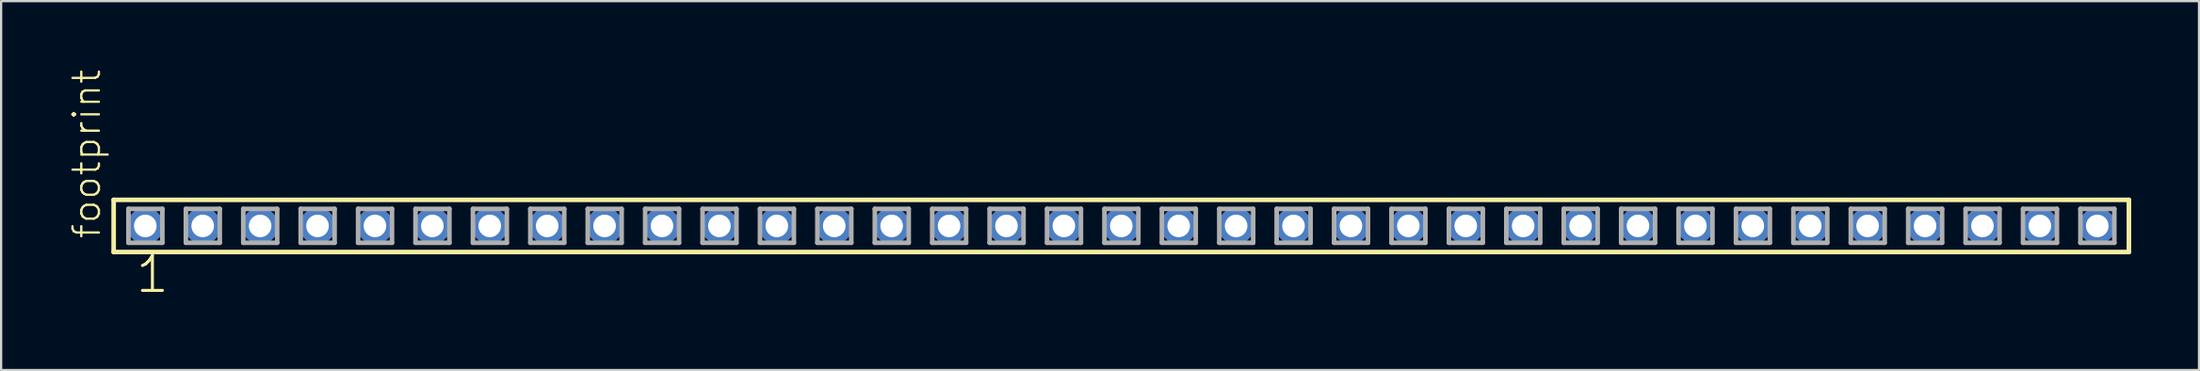
<source format=kicad_pcb>
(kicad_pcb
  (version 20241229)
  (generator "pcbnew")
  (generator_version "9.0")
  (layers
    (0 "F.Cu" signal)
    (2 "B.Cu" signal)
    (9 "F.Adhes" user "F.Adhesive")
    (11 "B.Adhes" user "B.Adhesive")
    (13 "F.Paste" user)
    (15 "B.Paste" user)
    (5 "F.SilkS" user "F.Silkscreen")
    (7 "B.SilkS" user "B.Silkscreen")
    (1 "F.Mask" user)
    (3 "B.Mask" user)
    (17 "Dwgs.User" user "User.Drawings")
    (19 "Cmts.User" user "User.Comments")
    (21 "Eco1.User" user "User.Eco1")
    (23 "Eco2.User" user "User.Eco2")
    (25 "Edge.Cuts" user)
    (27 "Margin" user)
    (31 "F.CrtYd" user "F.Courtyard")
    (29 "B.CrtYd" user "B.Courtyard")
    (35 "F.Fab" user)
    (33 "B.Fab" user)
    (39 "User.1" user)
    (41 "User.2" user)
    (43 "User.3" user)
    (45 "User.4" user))
  (footprint "footprint"
    (layer "F.Cu")
    (at 46.558 6.947)
    (property "Reference" "footprint" (at -45.085 0.635 90) (layer "F.SilkS") (effects (font (size 1.168 1.168) (thickness 0.102)) (justify left bottom)))
    (fp_line (start -44.579 -1.155) (end 44.579 -1.155) (stroke (width 0.203) (type solid)) (layer "F.SilkS"))
    (fp_line (start -44.579 1.155) (end -44.579 -1.155) (stroke (width 0.203) (type solid)) (layer "F.SilkS"))
    (fp_line (start 44.579 -1.155) (end 44.579 1.155) (stroke (width 0.203) (type solid)) (layer "F.SilkS"))
    (fp_line (start 44.579 1.155) (end -44.579 1.155) (stroke (width 0.203) (type solid)) (layer "F.SilkS"))
    (fp_line (start -43.925 -0.755) (end -42.425 -0.755) (stroke (width 0.203) (type solid)) (layer "F.Fab"))
    (fp_line (start -43.925 0.745) (end -43.925 -0.755) (stroke (width 0.203) (type solid)) (layer "F.Fab"))
    (fp_line (start -42.425 -0.755) (end -42.425 0.745) (stroke (width 0.203) (type solid)) (layer "F.Fab"))
    (fp_line (start -42.425 0.745) (end -43.925 0.745) (stroke (width 0.203) (type solid)) (layer "F.Fab"))
    (fp_line (start -41.385 -0.755) (end -39.885 -0.755) (stroke (width 0.203) (type solid)) (layer "F.Fab"))
    (fp_line (start -41.385 0.745) (end -41.385 -0.755) (stroke (width 0.203) (type solid)) (layer "F.Fab"))
    (fp_line (start -39.885 -0.755) (end -39.885 0.745) (stroke (width 0.203) (type solid)) (layer "F.Fab"))
    (fp_line (start -39.885 0.745) (end -41.385 0.745) (stroke (width 0.203) (type solid)) (layer "F.Fab"))
    (fp_line (start -38.845 -0.755) (end -37.345 -0.755) (stroke (width 0.203) (type solid)) (layer "F.Fab"))
    (fp_line (start -38.845 0.745) (end -38.845 -0.755) (stroke (width 0.203) (type solid)) (layer "F.Fab"))
    (fp_line (start -37.345 -0.755) (end -37.345 0.745) (stroke (width 0.203) (type solid)) (layer "F.Fab"))
    (fp_line (start -37.345 0.745) (end -38.845 0.745) (stroke (width 0.203) (type solid)) (layer "F.Fab"))
    (fp_line (start -36.305 -0.755) (end -34.805 -0.755) (stroke (width 0.203) (type solid)) (layer "F.Fab"))
    (fp_line (start -36.305 0.745) (end -36.305 -0.755) (stroke (width 0.203) (type solid)) (layer "F.Fab"))
    (fp_line (start -34.805 -0.755) (end -34.805 0.745) (stroke (width 0.203) (type solid)) (layer "F.Fab"))
    (fp_line (start -34.805 0.745) (end -36.305 0.745) (stroke (width 0.203) (type solid)) (layer "F.Fab"))
    (fp_line (start -33.765 -0.755) (end -32.265 -0.755) (stroke (width 0.203) (type solid)) (layer "F.Fab"))
    (fp_line (start -33.765 0.745) (end -33.765 -0.755) (stroke (width 0.203) (type solid)) (layer "F.Fab"))
    (fp_line (start -32.265 -0.755) (end -32.265 0.745) (stroke (width 0.203) (type solid)) (layer "F.Fab"))
    (fp_line (start -32.265 0.745) (end -33.765 0.745) (stroke (width 0.203) (type solid)) (layer "F.Fab"))
    (fp_line (start -31.225 -0.755) (end -29.725 -0.755) (stroke (width 0.203) (type solid)) (layer "F.Fab"))
    (fp_line (start -31.225 0.745) (end -31.225 -0.755) (stroke (width 0.203) (type solid)) (layer "F.Fab"))
    (fp_line (start -29.725 -0.755) (end -29.725 0.745) (stroke (width 0.203) (type solid)) (layer "F.Fab"))
    (fp_line (start -29.725 0.745) (end -31.225 0.745) (stroke (width 0.203) (type solid)) (layer "F.Fab"))
    (fp_line (start -28.685 -0.755) (end -27.185 -0.755) (stroke (width 0.203) (type solid)) (layer "F.Fab"))
    (fp_line (start -28.685 0.745) (end -28.685 -0.755) (stroke (width 0.203) (type solid)) (layer "F.Fab"))
    (fp_line (start -27.185 -0.755) (end -27.185 0.745) (stroke (width 0.203) (type solid)) (layer "F.Fab"))
    (fp_line (start -27.185 0.745) (end -28.685 0.745) (stroke (width 0.203) (type solid)) (layer "F.Fab"))
    (fp_line (start -26.145 -0.755) (end -24.645 -0.755) (stroke (width 0.203) (type solid)) (layer "F.Fab"))
    (fp_line (start -26.145 0.745) (end -26.145 -0.755) (stroke (width 0.203) (type solid)) (layer "F.Fab"))
    (fp_line (start -24.645 -0.755) (end -24.645 0.745) (stroke (width 0.203) (type solid)) (layer "F.Fab"))
    (fp_line (start -24.645 0.745) (end -26.145 0.745) (stroke (width 0.203) (type solid)) (layer "F.Fab"))
    (fp_line (start -23.605 -0.755) (end -22.105 -0.755) (stroke (width 0.203) (type solid)) (layer "F.Fab"))
    (fp_line (start -23.605 0.745) (end -23.605 -0.755) (stroke (width 0.203) (type solid)) (layer "F.Fab"))
    (fp_line (start -22.105 -0.755) (end -22.105 0.745) (stroke (width 0.203) (type solid)) (layer "F.Fab"))
    (fp_line (start -22.105 0.745) (end -23.605 0.745) (stroke (width 0.203) (type solid)) (layer "F.Fab"))
    (fp_line (start -21.065 -0.755) (end -19.565 -0.755) (stroke (width 0.203) (type solid)) (layer "F.Fab"))
    (fp_line (start -21.065 0.745) (end -21.065 -0.755) (stroke (width 0.203) (type solid)) (layer "F.Fab"))
    (fp_line (start -19.565 -0.755) (end -19.565 0.745) (stroke (width 0.203) (type solid)) (layer "F.Fab"))
    (fp_line (start -19.565 0.745) (end -21.065 0.745) (stroke (width 0.203) (type solid)) (layer "F.Fab"))
    (fp_line (start -18.525 -0.755) (end -17.025 -0.755) (stroke (width 0.203) (type solid)) (layer "F.Fab"))
    (fp_line (start -18.525 0.745) (end -18.525 -0.755) (stroke (width 0.203) (type solid)) (layer "F.Fab"))
    (fp_line (start -17.025 -0.755) (end -17.025 0.745) (stroke (width 0.203) (type solid)) (layer "F.Fab"))
    (fp_line (start -17.025 0.745) (end -18.525 0.745) (stroke (width 0.203) (type solid)) (layer "F.Fab"))
    (fp_line (start -15.985 -0.755) (end -14.485 -0.755) (stroke (width 0.203) (type solid)) (layer "F.Fab"))
    (fp_line (start -15.985 0.745) (end -15.985 -0.755) (stroke (width 0.203) (type solid)) (layer "F.Fab"))
    (fp_line (start -14.485 -0.755) (end -14.485 0.745) (stroke (width 0.203) (type solid)) (layer "F.Fab"))
    (fp_line (start -14.485 0.745) (end -15.985 0.745) (stroke (width 0.203) (type solid)) (layer "F.Fab"))
    (fp_line (start -13.445 -0.755) (end -11.945 -0.755) (stroke (width 0.203) (type solid)) (layer "F.Fab"))
    (fp_line (start -13.445 0.745) (end -13.445 -0.755) (stroke (width 0.203) (type solid)) (layer "F.Fab"))
    (fp_line (start -11.945 -0.755) (end -11.945 0.745) (stroke (width 0.203) (type solid)) (layer "F.Fab"))
    (fp_line (start -11.945 0.745) (end -13.445 0.745) (stroke (width 0.203) (type solid)) (layer "F.Fab"))
    (fp_line (start -10.905 -0.755) (end -9.405 -0.755) (stroke (width 0.203) (type solid)) (layer "F.Fab"))
    (fp_line (start -10.905 0.745) (end -10.905 -0.755) (stroke (width 0.203) (type solid)) (layer "F.Fab"))
    (fp_line (start -9.405 -0.755) (end -9.405 0.745) (stroke (width 0.203) (type solid)) (layer "F.Fab"))
    (fp_line (start -9.405 0.745) (end -10.905 0.745) (stroke (width 0.203) (type solid)) (layer "F.Fab"))
    (fp_line (start -8.365 -0.755) (end -6.865 -0.755) (stroke (width 0.203) (type solid)) (layer "F.Fab"))
    (fp_line (start -8.365 0.745) (end -8.365 -0.755) (stroke (width 0.203) (type solid)) (layer "F.Fab"))
    (fp_line (start -6.865 -0.755) (end -6.865 0.745) (stroke (width 0.203) (type solid)) (layer "F.Fab"))
    (fp_line (start -6.865 0.745) (end -8.365 0.745) (stroke (width 0.203) (type solid)) (layer "F.Fab"))
    (fp_line (start -5.825 -0.755) (end -4.325 -0.755) (stroke (width 0.203) (type solid)) (layer "F.Fab"))
    (fp_line (start -5.825 0.745) (end -5.825 -0.755) (stroke (width 0.203) (type solid)) (layer "F.Fab"))
    (fp_line (start -4.325 -0.755) (end -4.325 0.745) (stroke (width 0.203) (type solid)) (layer "F.Fab"))
    (fp_line (start -4.325 0.745) (end -5.825 0.745) (stroke (width 0.203) (type solid)) (layer "F.Fab"))
    (fp_line (start -3.285 -0.755) (end -1.785 -0.755) (stroke (width 0.203) (type solid)) (layer "F.Fab"))
    (fp_line (start -3.285 0.745) (end -3.285 -0.755) (stroke (width 0.203) (type solid)) (layer "F.Fab"))
    (fp_line (start -1.785 -0.755) (end -1.785 0.745) (stroke (width 0.203) (type solid)) (layer "F.Fab"))
    (fp_line (start -1.785 0.745) (end -3.285 0.745) (stroke (width 0.203) (type solid)) (layer "F.Fab"))
    (fp_line (start -0.745 -0.755) (end 0.755 -0.755) (stroke (width 0.203) (type solid)) (layer "F.Fab"))
    (fp_line (start -0.745 0.745) (end -0.745 -0.755) (stroke (width 0.203) (type solid)) (layer "F.Fab"))
    (fp_line (start 0.755 -0.755) (end 0.755 0.745) (stroke (width 0.203) (type solid)) (layer "F.Fab"))
    (fp_line (start 0.755 0.745) (end -0.745 0.745) (stroke (width 0.203) (type solid)) (layer "F.Fab"))
    (fp_line (start 1.795 -0.755) (end 3.295 -0.755) (stroke (width 0.203) (type solid)) (layer "F.Fab"))
    (fp_line (start 1.795 0.745) (end 1.795 -0.755) (stroke (width 0.203) (type solid)) (layer "F.Fab"))
    (fp_line (start 3.295 -0.755) (end 3.295 0.745) (stroke (width 0.203) (type solid)) (layer "F.Fab"))
    (fp_line (start 3.295 0.745) (end 1.795 0.745) (stroke (width 0.203) (type solid)) (layer "F.Fab"))
    (fp_line (start 4.335 -0.755) (end 5.835 -0.755) (stroke (width 0.203) (type solid)) (layer "F.Fab"))
    (fp_line (start 4.335 0.745) (end 4.335 -0.755) (stroke (width 0.203) (type solid)) (layer "F.Fab"))
    (fp_line (start 5.835 -0.755) (end 5.835 0.745) (stroke (width 0.203) (type solid)) (layer "F.Fab"))
    (fp_line (start 5.835 0.745) (end 4.335 0.745) (stroke (width 0.203) (type solid)) (layer "F.Fab"))
    (fp_line (start 6.875 -0.755) (end 8.375 -0.755) (stroke (width 0.203) (type solid)) (layer "F.Fab"))
    (fp_line (start 6.875 0.745) (end 6.875 -0.755) (stroke (width 0.203) (type solid)) (layer "F.Fab"))
    (fp_line (start 8.375 -0.755) (end 8.375 0.745) (stroke (width 0.203) (type solid)) (layer "F.Fab"))
    (fp_line (start 8.375 0.745) (end 6.875 0.745) (stroke (width 0.203) (type solid)) (layer "F.Fab"))
    (fp_line (start 9.415 -0.755) (end 10.915 -0.755) (stroke (width 0.203) (type solid)) (layer "F.Fab"))
    (fp_line (start 9.415 0.745) (end 9.415 -0.755) (stroke (width 0.203) (type solid)) (layer "F.Fab"))
    (fp_line (start 10.915 -0.755) (end 10.915 0.745) (stroke (width 0.203) (type solid)) (layer "F.Fab"))
    (fp_line (start 10.915 0.745) (end 9.415 0.745) (stroke (width 0.203) (type solid)) (layer "F.Fab"))
    (fp_line (start 11.955 -0.755) (end 13.455 -0.755) (stroke (width 0.203) (type solid)) (layer "F.Fab"))
    (fp_line (start 11.955 0.745) (end 11.955 -0.755) (stroke (width 0.203) (type solid)) (layer "F.Fab"))
    (fp_line (start 13.455 -0.755) (end 13.455 0.745) (stroke (width 0.203) (type solid)) (layer "F.Fab"))
    (fp_line (start 13.455 0.745) (end 11.955 0.745) (stroke (width 0.203) (type solid)) (layer "F.Fab"))
    (fp_line (start 14.495 -0.755) (end 15.995 -0.755) (stroke (width 0.203) (type solid)) (layer "F.Fab"))
    (fp_line (start 14.495 0.745) (end 14.495 -0.755) (stroke (width 0.203) (type solid)) (layer "F.Fab"))
    (fp_line (start 15.995 -0.755) (end 15.995 0.745) (stroke (width 0.203) (type solid)) (layer "F.Fab"))
    (fp_line (start 15.995 0.745) (end 14.495 0.745) (stroke (width 0.203) (type solid)) (layer "F.Fab"))
    (fp_line (start 17.035 -0.755) (end 18.535 -0.755) (stroke (width 0.203) (type solid)) (layer "F.Fab"))
    (fp_line (start 17.035 0.745) (end 17.035 -0.755) (stroke (width 0.203) (type solid)) (layer "F.Fab"))
    (fp_line (start 18.535 -0.755) (end 18.535 0.745) (stroke (width 0.203) (type solid)) (layer "F.Fab"))
    (fp_line (start 18.535 0.745) (end 17.035 0.745) (stroke (width 0.203) (type solid)) (layer "F.Fab"))
    (fp_line (start 19.575 -0.755) (end 21.075 -0.755) (stroke (width 0.203) (type solid)) (layer "F.Fab"))
    (fp_line (start 19.575 0.745) (end 19.575 -0.755) (stroke (width 0.203) (type solid)) (layer "F.Fab"))
    (fp_line (start 21.075 -0.755) (end 21.075 0.745) (stroke (width 0.203) (type solid)) (layer "F.Fab"))
    (fp_line (start 21.075 0.745) (end 19.575 0.745) (stroke (width 0.203) (type solid)) (layer "F.Fab"))
    (fp_line (start 22.115 -0.755) (end 23.615 -0.755) (stroke (width 0.203) (type solid)) (layer "F.Fab"))
    (fp_line (start 22.115 0.745) (end 22.115 -0.755) (stroke (width 0.203) (type solid)) (layer "F.Fab"))
    (fp_line (start 23.615 -0.755) (end 23.615 0.745) (stroke (width 0.203) (type solid)) (layer "F.Fab"))
    (fp_line (start 23.615 0.745) (end 22.115 0.745) (stroke (width 0.203) (type solid)) (layer "F.Fab"))
    (fp_line (start 24.655 -0.755) (end 26.155 -0.755) (stroke (width 0.203) (type solid)) (layer "F.Fab"))
    (fp_line (start 24.655 0.745) (end 24.655 -0.755) (stroke (width 0.203) (type solid)) (layer "F.Fab"))
    (fp_line (start 26.155 -0.755) (end 26.155 0.745) (stroke (width 0.203) (type solid)) (layer "F.Fab"))
    (fp_line (start 26.155 0.745) (end 24.655 0.745) (stroke (width 0.203) (type solid)) (layer "F.Fab"))
    (fp_line (start 27.195 -0.755) (end 28.695 -0.755) (stroke (width 0.203) (type solid)) (layer "F.Fab"))
    (fp_line (start 27.195 0.745) (end 27.195 -0.755) (stroke (width 0.203) (type solid)) (layer "F.Fab"))
    (fp_line (start 28.695 -0.755) (end 28.695 0.745) (stroke (width 0.203) (type solid)) (layer "F.Fab"))
    (fp_line (start 28.695 0.745) (end 27.195 0.745) (stroke (width 0.203) (type solid)) (layer "F.Fab"))
    (fp_line (start 29.735 -0.755) (end 31.235 -0.755) (stroke (width 0.203) (type solid)) (layer "F.Fab"))
    (fp_line (start 29.735 0.745) (end 29.735 -0.755) (stroke (width 0.203) (type solid)) (layer "F.Fab"))
    (fp_line (start 31.235 -0.755) (end 31.235 0.745) (stroke (width 0.203) (type solid)) (layer "F.Fab"))
    (fp_line (start 31.235 0.745) (end 29.735 0.745) (stroke (width 0.203) (type solid)) (layer "F.Fab"))
    (fp_line (start 32.275 -0.755) (end 33.775 -0.755) (stroke (width 0.203) (type solid)) (layer "F.Fab"))
    (fp_line (start 32.275 0.745) (end 32.275 -0.755) (stroke (width 0.203) (type solid)) (layer "F.Fab"))
    (fp_line (start 33.775 -0.755) (end 33.775 0.745) (stroke (width 0.203) (type solid)) (layer "F.Fab"))
    (fp_line (start 33.775 0.745) (end 32.275 0.745) (stroke (width 0.203) (type solid)) (layer "F.Fab"))
    (fp_line (start 34.815 -0.755) (end 36.315 -0.755) (stroke (width 0.203) (type solid)) (layer "F.Fab"))
    (fp_line (start 34.815 0.745) (end 34.815 -0.755) (stroke (width 0.203) (type solid)) (layer "F.Fab"))
    (fp_line (start 36.315 -0.755) (end 36.315 0.745) (stroke (width 0.203) (type solid)) (layer "F.Fab"))
    (fp_line (start 36.315 0.745) (end 34.815 0.745) (stroke (width 0.203) (type solid)) (layer "F.Fab"))
    (fp_line (start 37.355 -0.755) (end 38.855 -0.755) (stroke (width 0.203) (type solid)) (layer "F.Fab"))
    (fp_line (start 37.355 0.745) (end 37.355 -0.755) (stroke (width 0.203) (type solid)) (layer "F.Fab"))
    (fp_line (start 38.855 -0.755) (end 38.855 0.745) (stroke (width 0.203) (type solid)) (layer "F.Fab"))
    (fp_line (start 38.855 0.745) (end 37.355 0.745) (stroke (width 0.203) (type solid)) (layer "F.Fab"))
    (fp_line (start 39.895 -0.755) (end 41.395 -0.755) (stroke (width 0.203) (type solid)) (layer "F.Fab"))
    (fp_line (start 39.895 0.745) (end 39.895 -0.755) (stroke (width 0.203) (type solid)) (layer "F.Fab"))
    (fp_line (start 41.395 -0.755) (end 41.395 0.745) (stroke (width 0.203) (type solid)) (layer "F.Fab"))
    (fp_line (start 41.395 0.745) (end 39.895 0.745) (stroke (width 0.203) (type solid)) (layer "F.Fab"))
    (fp_line (start 42.435 -0.755) (end 43.935 -0.755) (stroke (width 0.203) (type solid)) (layer "F.Fab"))
    (fp_line (start 42.435 0.745) (end 42.435 -0.755) (stroke (width 0.203) (type solid)) (layer "F.Fab"))
    (fp_line (start 43.935 -0.755) (end 43.935 0.745) (stroke (width 0.203) (type solid)) (layer "F.Fab"))
    (fp_line (start 43.935 0.745) (end 42.435 0.745) (stroke (width 0.203) (type solid)) (layer "F.Fab"))
    (fp_text user "1" (at -43.688 3.048 0) (layer "F.SilkS") (effects (font (size 1.542 1.542) (thickness 0.134)) (justify left bottom)))
    (pad "1" thru_hole roundrect (at -43.18 0) (size 1.5 1.5) (drill 1) (layers "*.Cu" "*.Mask") (roundrect_rratio 0.25) (chamfer_ratio 0.25) (chamfer top_left top_right bottom_left bottom_right))
    (pad "2" thru_hole roundrect (at -40.64 0) (size 1.5 1.5) (drill 1) (layers "*.Cu" "*.Mask") (roundrect_rratio 0.25) (chamfer_ratio 0.25) (chamfer top_left top_right bottom_left bottom_right))
    (pad "3" thru_hole roundrect (at -38.1 0) (size 1.5 1.5) (drill 1) (layers "*.Cu" "*.Mask") (roundrect_rratio 0.25) (chamfer_ratio 0.25) (chamfer top_left top_right bottom_left bottom_right))
    (pad "4" thru_hole roundrect (at -35.56 0) (size 1.5 1.5) (drill 1) (layers "*.Cu" "*.Mask") (roundrect_rratio 0.25) (chamfer_ratio 0.25) (chamfer top_left top_right bottom_left bottom_right))
    (pad "5" thru_hole roundrect (at -33.02 0) (size 1.5 1.5) (drill 1) (layers "*.Cu" "*.Mask") (roundrect_rratio 0.25) (chamfer_ratio 0.25) (chamfer top_left top_right bottom_left bottom_right))
    (pad "6" thru_hole roundrect (at -30.48 0) (size 1.5 1.5) (drill 1) (layers "*.Cu" "*.Mask") (roundrect_rratio 0.25) (chamfer_ratio 0.25) (chamfer top_left top_right bottom_left bottom_right))
    (pad "7" thru_hole roundrect (at -27.94 0) (size 1.5 1.5) (drill 1) (layers "*.Cu" "*.Mask") (roundrect_rratio 0.25) (chamfer_ratio 0.25) (chamfer top_left top_right bottom_left bottom_right))
    (pad "8" thru_hole roundrect (at -25.4 0) (size 1.5 1.5) (drill 1) (layers "*.Cu" "*.Mask") (roundrect_rratio 0.25) (chamfer_ratio 0.25) (chamfer top_left top_right bottom_left bottom_right))
    (pad "9" thru_hole roundrect (at -22.86 0) (size 1.5 1.5) (drill 1) (layers "*.Cu" "*.Mask") (roundrect_rratio 0.25) (chamfer_ratio 0.25) (chamfer top_left top_right bottom_left bottom_right))
    (pad "10" thru_hole roundrect (at -20.32 0) (size 1.5 1.5) (drill 1) (layers "*.Cu" "*.Mask") (roundrect_rratio 0.25) (chamfer_ratio 0.25) (chamfer top_left top_right bottom_left bottom_right))
    (pad "11" thru_hole roundrect (at -17.78 0) (size 1.5 1.5) (drill 1) (layers "*.Cu" "*.Mask") (roundrect_rratio 0.25) (chamfer_ratio 0.25) (chamfer top_left top_right bottom_left bottom_right))
    (pad "12" thru_hole roundrect (at -15.24 0) (size 1.5 1.5) (drill 1) (layers "*.Cu" "*.Mask") (roundrect_rratio 0.25) (chamfer_ratio 0.25) (chamfer top_left top_right bottom_left bottom_right))
    (pad "13" thru_hole roundrect (at -12.7 0) (size 1.5 1.5) (drill 1) (layers "*.Cu" "*.Mask") (roundrect_rratio 0.25) (chamfer_ratio 0.25) (chamfer top_left top_right bottom_left bottom_right))
    (pad "14" thru_hole roundrect (at -10.16 0) (size 1.5 1.5) (drill 1) (layers "*.Cu" "*.Mask") (roundrect_rratio 0.25) (chamfer_ratio 0.25) (chamfer top_left top_right bottom_left bottom_right))
    (pad "15" thru_hole roundrect (at -7.62 0) (size 1.5 1.5) (drill 1) (layers "*.Cu" "*.Mask") (roundrect_rratio 0.25) (chamfer_ratio 0.25) (chamfer top_left top_right bottom_left bottom_right))
    (pad "16" thru_hole roundrect (at -5.08 0) (size 1.5 1.5) (drill 1) (layers "*.Cu" "*.Mask") (roundrect_rratio 0.25) (chamfer_ratio 0.25) (chamfer top_left top_right bottom_left bottom_right))
    (pad "17" thru_hole roundrect (at -2.54 0) (size 1.5 1.5) (drill 1) (layers "*.Cu" "*.Mask") (roundrect_rratio 0.25) (chamfer_ratio 0.25) (chamfer top_left top_right bottom_left bottom_right))
    (pad "18" thru_hole roundrect (at 0 0) (size 1.5 1.5) (drill 1) (layers "*.Cu" "*.Mask") (roundrect_rratio 0.25) (chamfer_ratio 0.25) (chamfer top_left top_right bottom_left bottom_right))
    (pad "19" thru_hole roundrect (at 2.54 0) (size 1.5 1.5) (drill 1) (layers "*.Cu" "*.Mask") (roundrect_rratio 0.25) (chamfer_ratio 0.25) (chamfer top_left top_right bottom_left bottom_right))
    (pad "20" thru_hole roundrect (at 5.08 0) (size 1.5 1.5) (drill 1) (layers "*.Cu" "*.Mask") (roundrect_rratio 0.25) (chamfer_ratio 0.25) (chamfer top_left top_right bottom_left bottom_right))
    (pad "21" thru_hole roundrect (at 7.62 0) (size 1.5 1.5) (drill 1) (layers "*.Cu" "*.Mask") (roundrect_rratio 0.25) (chamfer_ratio 0.25) (chamfer top_left top_right bottom_left bottom_right))
    (pad "22" thru_hole roundrect (at 10.16 0) (size 1.5 1.5) (drill 1) (layers "*.Cu" "*.Mask") (roundrect_rratio 0.25) (chamfer_ratio 0.25) (chamfer top_left top_right bottom_left bottom_right))
    (pad "23" thru_hole roundrect (at 12.7 0) (size 1.5 1.5) (drill 1) (layers "*.Cu" "*.Mask") (roundrect_rratio 0.25) (chamfer_ratio 0.25) (chamfer top_left top_right bottom_left bottom_right))
    (pad "24" thru_hole roundrect (at 15.24 0) (size 1.5 1.5) (drill 1) (layers "*.Cu" "*.Mask") (roundrect_rratio 0.25) (chamfer_ratio 0.25) (chamfer top_left top_right bottom_left bottom_right))
    (pad "25" thru_hole roundrect (at 17.78 0) (size 1.5 1.5) (drill 1) (layers "*.Cu" "*.Mask") (roundrect_rratio 0.25) (chamfer_ratio 0.25) (chamfer top_left top_right bottom_left bottom_right))
    (pad "26" thru_hole roundrect (at 20.32 0) (size 1.5 1.5) (drill 1) (layers "*.Cu" "*.Mask") (roundrect_rratio 0.25) (chamfer_ratio 0.25) (chamfer top_left top_right bottom_left bottom_right))
    (pad "27" thru_hole roundrect (at 22.86 0) (size 1.5 1.5) (drill 1) (layers "*.Cu" "*.Mask") (roundrect_rratio 0.25) (chamfer_ratio 0.25) (chamfer top_left top_right bottom_left bottom_right))
    (pad "28" thru_hole roundrect (at 25.4 0) (size 1.5 1.5) (drill 1) (layers "*.Cu" "*.Mask") (roundrect_rratio 0.25) (chamfer_ratio 0.25) (chamfer top_left top_right bottom_left bottom_right))
    (pad "29" thru_hole roundrect (at 27.94 0) (size 1.5 1.5) (drill 1) (layers "*.Cu" "*.Mask") (roundrect_rratio 0.25) (chamfer_ratio 0.25) (chamfer top_left top_right bottom_left bottom_right))
    (pad "30" thru_hole roundrect (at 30.48 0) (size 1.5 1.5) (drill 1) (layers "*.Cu" "*.Mask") (roundrect_rratio 0.25) (chamfer_ratio 0.25) (chamfer top_left top_right bottom_left bottom_right))
    (pad "31" thru_hole roundrect (at 33.02 0) (size 1.5 1.5) (drill 1) (layers "*.Cu" "*.Mask") (roundrect_rratio 0.25) (chamfer_ratio 0.25) (chamfer top_left top_right bottom_left bottom_right))
    (pad "32" thru_hole roundrect (at 35.56 0) (size 1.5 1.5) (drill 1) (layers "*.Cu" "*.Mask") (roundrect_rratio 0.25) (chamfer_ratio 0.25) (chamfer top_left top_right bottom_left bottom_right))
    (pad "33" thru_hole roundrect (at 38.1 0) (size 1.5 1.5) (drill 1) (layers "*.Cu" "*.Mask") (roundrect_rratio 0.25) (chamfer_ratio 0.25) (chamfer top_left top_right bottom_left bottom_right))
    (pad "34" thru_hole roundrect (at 40.64 0) (size 1.5 1.5) (drill 1) (layers "*.Cu" "*.Mask") (roundrect_rratio 0.25) (chamfer_ratio 0.25) (chamfer top_left top_right bottom_left bottom_right))
    (pad "35" thru_hole roundrect (at 43.18 0) (size 1.5 1.5) (drill 1) (layers "*.Cu" "*.Mask") (roundrect_rratio 0.25) (chamfer_ratio 0.25) (chamfer top_left top_right bottom_left bottom_right)))
  (gr_rect
    (start -3 -3)
    (end 94.239 13.326)
    (stroke (width 0.1) (type default))
    (fill no)
    (layer "Edge.Cuts")))
</source>
